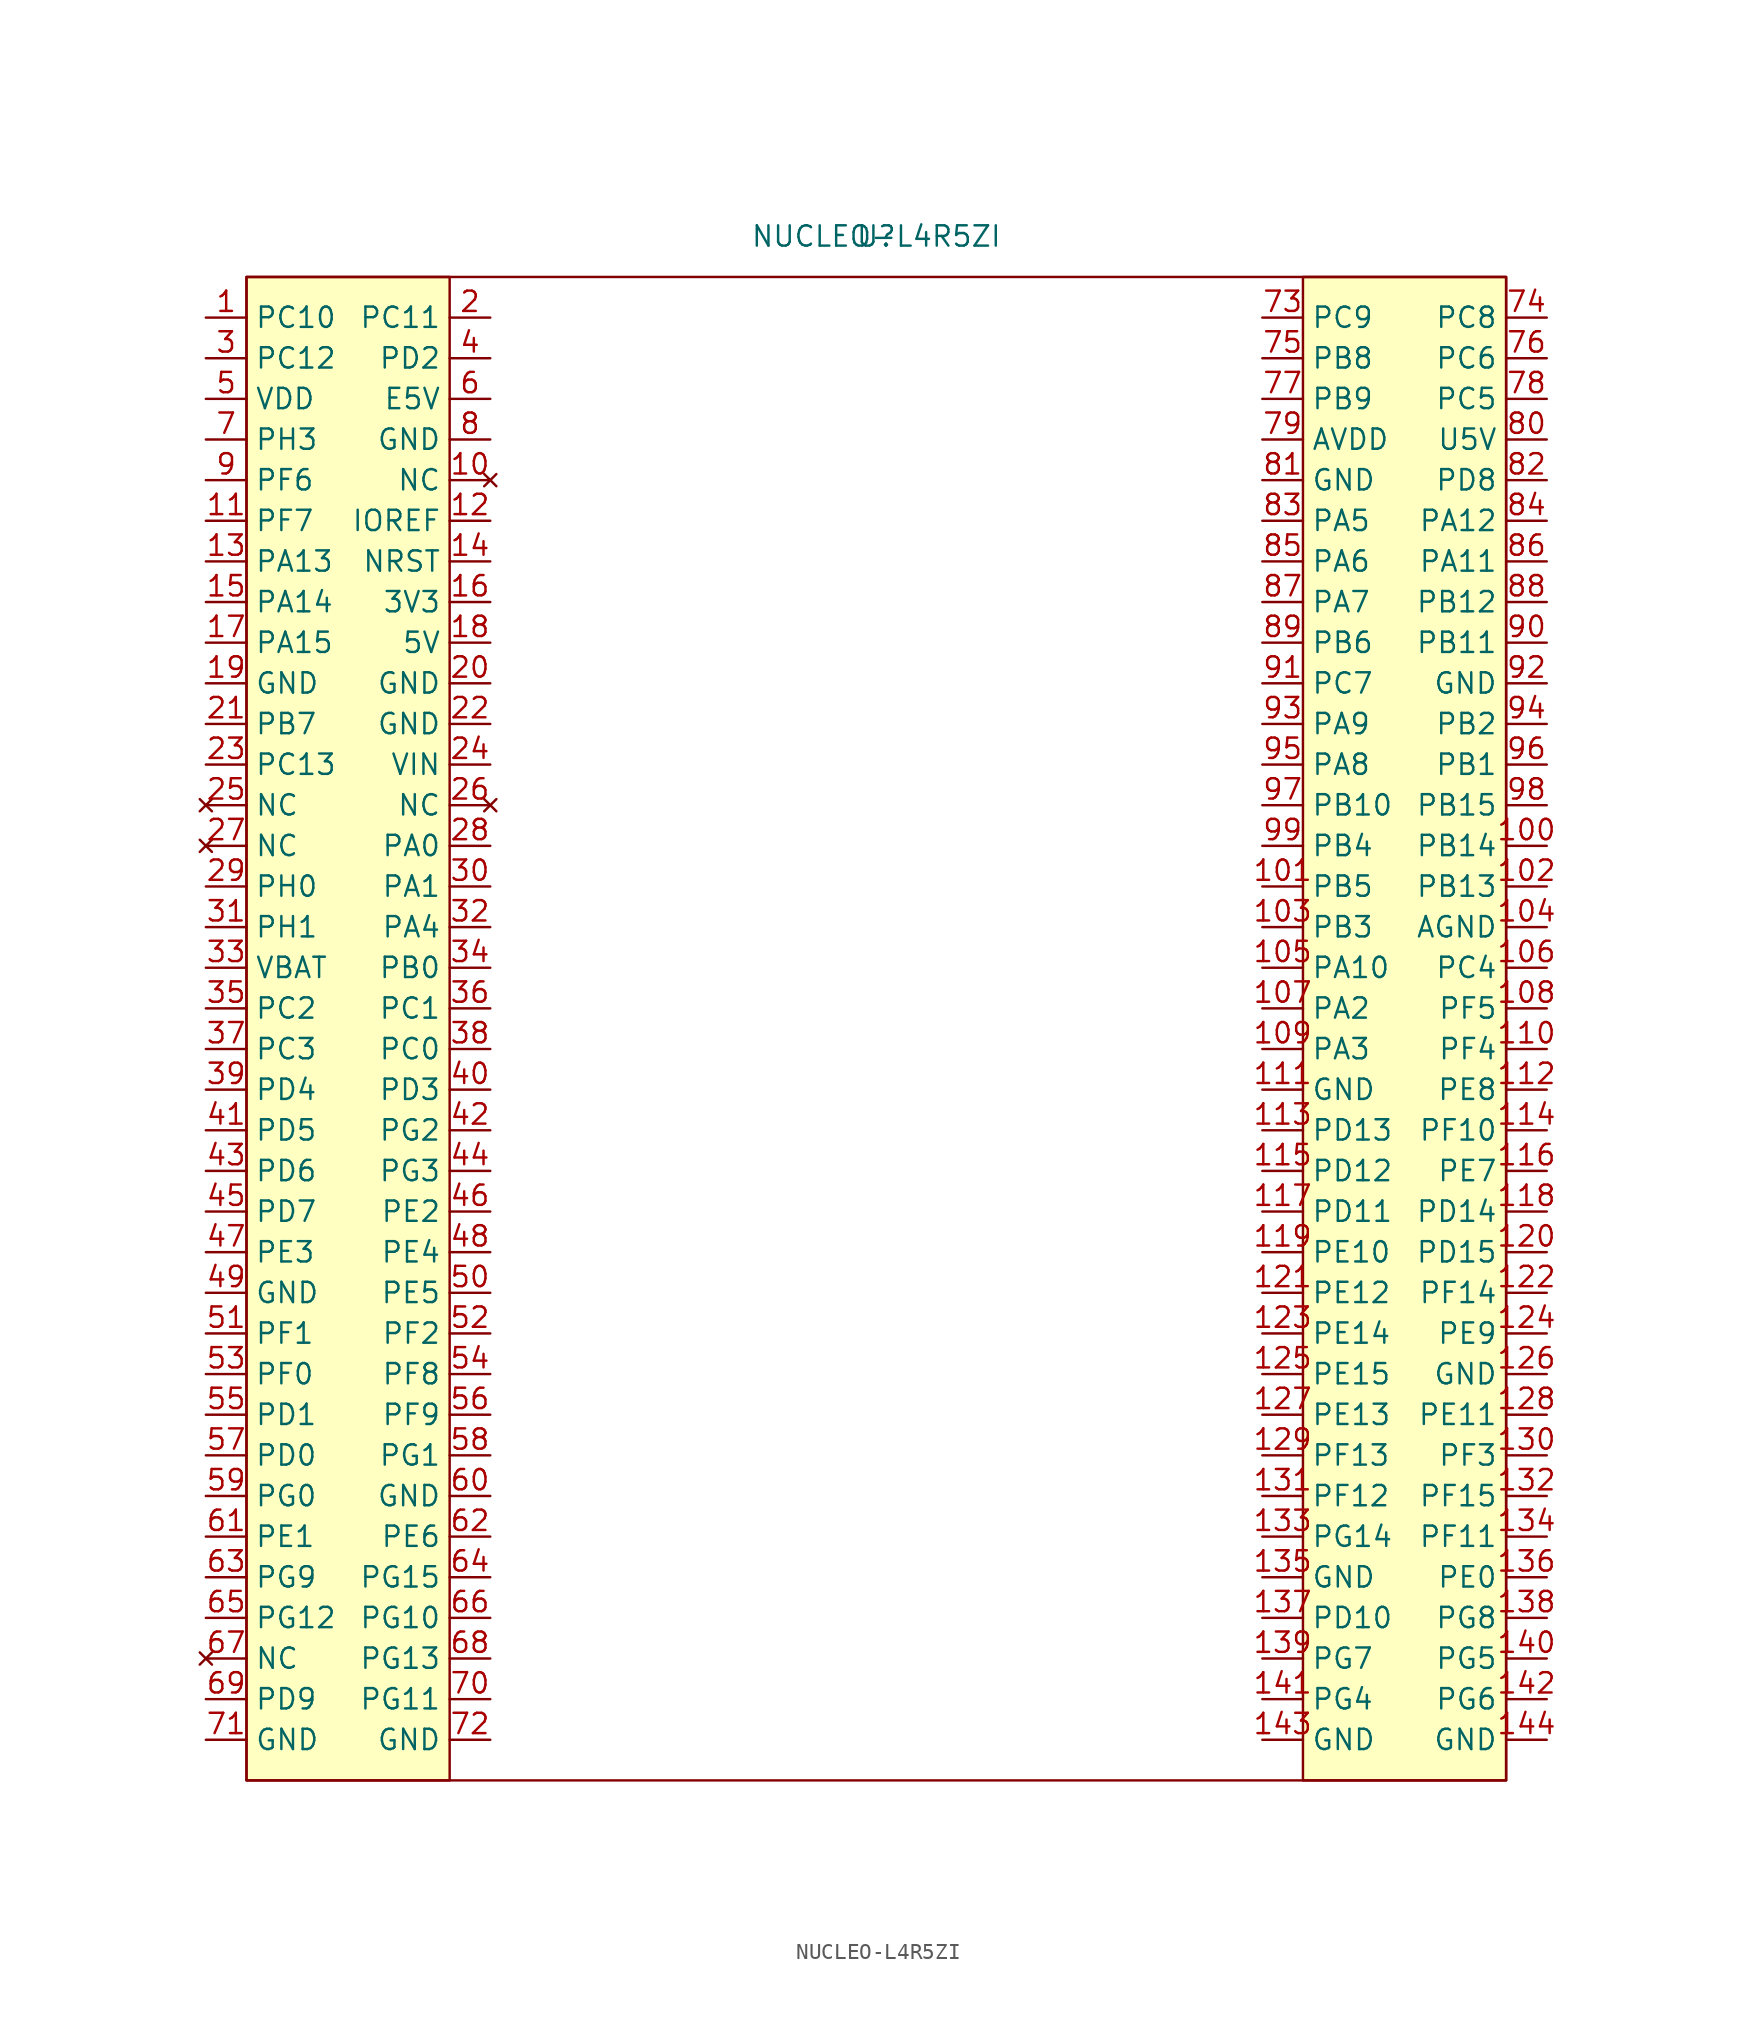
<source format=kicad_sym>
(kicad_symbol_lib
  (version 20220914)
  (generator kicad_symbol_editor)
  (symbol "NUCLEO-L4R5ZI"
    (property "Reference" "U"
      (at 0 0 0)
      (effects (font (size 1.27 1.27))))
    (property "Value" "NUCLEO-L4R5ZI"
      (at 0 0 0)
      (effects (font (size 1.27 1.27))))
    (symbol "NUCLEO-L4R5ZI_1_0"
      (pin bidirectional line (at -41.91 -5.08 0) (length 2.54) (name "PC10" (effects (font (size 1.27 1.27)))) (number "1" (effects (font (size 1.27 1.27)))))
      (pin no_connect line (at -24.13 -15.24 180) (length 2.54) (name "NC" (effects (font (size 1.27 1.27)))) (number "10" (effects (font (size 1.27 1.27)))))
      (pin bidirectional line (at 41.91 -38.1 180) (length 2.54) (name "PB14" (effects (font (size 1.27 1.27)))) (number "100" (effects (font (size 1.27 1.27)))))
      (pin bidirectional line (at 24.13 -40.64 0) (length 2.54) (name "PB5" (effects (font (size 1.27 1.27)))) (number "101" (effects (font (size 1.27 1.27)))))
      (pin bidirectional line (at 41.91 -40.64 180) (length 2.54) (name "PB13" (effects (font (size 1.27 1.27)))) (number "102" (effects (font (size 1.27 1.27)))))
      (pin bidirectional line (at 24.13 -43.18 0) (length 2.54) (name "PB3" (effects (font (size 1.27 1.27)))) (number "103" (effects (font (size 1.27 1.27)))))
      (pin power_in line (at 41.91 -43.18 180) (length 2.54) (name "AGND" (effects (font (size 1.27 1.27)))) (number "104" (effects (font (size 1.27 1.27)))))
      (pin bidirectional line (at 24.13 -45.72 0) (length 2.54) (name "PA10" (effects (font (size 1.27 1.27)))) (number "105" (effects (font (size 1.27 1.27)))))
      (pin bidirectional line (at 41.91 -45.72 180) (length 2.54) (name "PC4" (effects (font (size 1.27 1.27)))) (number "106" (effects (font (size 1.27 1.27)))))
      (pin bidirectional line (at 24.13 -48.26 0) (length 2.54) (name "PA2" (effects (font (size 1.27 1.27)))) (number "107" (effects (font (size 1.27 1.27)))))
      (pin bidirectional line (at 41.91 -48.26 180) (length 2.54) (name "PF5" (effects (font (size 1.27 1.27)))) (number "108" (effects (font (size 1.27 1.27)))))
      (pin bidirectional line (at 24.13 -50.8 0) (length 2.54) (name "PA3" (effects (font (size 1.27 1.27)))) (number "109" (effects (font (size 1.27 1.27)))))
      (pin bidirectional line (at -41.91 -17.78 0) (length 2.54) (name "PF7" (effects (font (size 1.27 1.27)))) (number "11" (effects (font (size 1.27 1.27)))))
      (pin bidirectional line (at 41.91 -50.8 180) (length 2.54) (name "PF4" (effects (font (size 1.27 1.27)))) (number "110" (effects (font (size 1.27 1.27)))))
      (pin power_in line (at 24.13 -53.34 0) (length 2.54) (name "GND" (effects (font (size 1.27 1.27)))) (number "111" (effects (font (size 1.27 1.27)))))
      (pin bidirectional line (at 41.91 -53.34 180) (length 2.54) (name "PE8" (effects (font (size 1.27 1.27)))) (number "112" (effects (font (size 1.27 1.27)))))
      (pin bidirectional line (at 24.13 -55.88 0) (length 2.54) (name "PD13" (effects (font (size 1.27 1.27)))) (number "113" (effects (font (size 1.27 1.27)))))
      (pin bidirectional line (at 41.91 -55.88 180) (length 2.54) (name "PF10" (effects (font (size 1.27 1.27)))) (number "114" (effects (font (size 1.27 1.27)))))
      (pin bidirectional line (at 24.13 -58.42 0) (length 2.54) (name "PD12" (effects (font (size 1.27 1.27)))) (number "115" (effects (font (size 1.27 1.27)))))
      (pin bidirectional line (at 41.91 -58.42 180) (length 2.54) (name "PE7" (effects (font (size 1.27 1.27)))) (number "116" (effects (font (size 1.27 1.27)))))
      (pin bidirectional line (at 24.13 -60.96 0) (length 2.54) (name "PD11" (effects (font (size 1.27 1.27)))) (number "117" (effects (font (size 1.27 1.27)))))
      (pin bidirectional line (at 41.91 -60.96 180) (length 2.54) (name "PD14" (effects (font (size 1.27 1.27)))) (number "118" (effects (font (size 1.27 1.27)))))
      (pin bidirectional line (at 24.13 -63.5 0) (length 2.54) (name "PE10" (effects (font (size 1.27 1.27)))) (number "119" (effects (font (size 1.27 1.27)))))
      (pin output line (at -24.13 -17.78 180) (length 2.54) (name "IOREF" (effects (font (size 1.27 1.27)))) (number "12" (effects (font (size 1.27 1.27)))))
      (pin bidirectional line (at 41.91 -63.5 180) (length 2.54) (name "PD15" (effects (font (size 1.27 1.27)))) (number "120" (effects (font (size 1.27 1.27)))))
      (pin bidirectional line (at 24.13 -66.04 0) (length 2.54) (name "PE12" (effects (font (size 1.27 1.27)))) (number "121" (effects (font (size 1.27 1.27)))))
      (pin bidirectional line (at 41.91 -66.04 180) (length 2.54) (name "PF14" (effects (font (size 1.27 1.27)))) (number "122" (effects (font (size 1.27 1.27)))))
      (pin bidirectional line (at 24.13 -68.58 0) (length 2.54) (name "PE14" (effects (font (size 1.27 1.27)))) (number "123" (effects (font (size 1.27 1.27)))))
      (pin bidirectional line (at 41.91 -68.58 180) (length 2.54) (name "PE9" (effects (font (size 1.27 1.27)))) (number "124" (effects (font (size 1.27 1.27)))))
      (pin bidirectional line (at 24.13 -71.12 0) (length 2.54) (name "PE15" (effects (font (size 1.27 1.27)))) (number "125" (effects (font (size 1.27 1.27)))))
      (pin power_in line (at 41.91 -71.12 180) (length 2.54) (name "GND" (effects (font (size 1.27 1.27)))) (number "126" (effects (font (size 1.27 1.27)))))
      (pin bidirectional line (at 24.13 -73.66 0) (length 2.54) (name "PE13" (effects (font (size 1.27 1.27)))) (number "127" (effects (font (size 1.27 1.27)))))
      (pin bidirectional line (at 41.91 -73.66 180) (length 2.54) (name "PE11" (effects (font (size 1.27 1.27)))) (number "128" (effects (font (size 1.27 1.27)))))
      (pin bidirectional line (at 24.13 -76.2 0) (length 2.54) (name "PF13" (effects (font (size 1.27 1.27)))) (number "129" (effects (font (size 1.27 1.27)))))
      (pin bidirectional line (at -41.91 -20.32 0) (length 2.54) (name "PA13" (effects (font (size 1.27 1.27)))) (number "13" (effects (font (size 1.27 1.27)))))
      (pin bidirectional line (at 41.91 -76.2 180) (length 2.54) (name "PF3" (effects (font (size 1.27 1.27)))) (number "130" (effects (font (size 1.27 1.27)))))
      (pin bidirectional line (at 24.13 -78.74 0) (length 2.54) (name "PF12" (effects (font (size 1.27 1.27)))) (number "131" (effects (font (size 1.27 1.27)))))
      (pin bidirectional line (at 41.91 -78.74 180) (length 2.54) (name "PF15" (effects (font (size 1.27 1.27)))) (number "132" (effects (font (size 1.27 1.27)))))
      (pin bidirectional line (at 24.13 -81.28 0) (length 2.54) (name "PG14" (effects (font (size 1.27 1.27)))) (number "133" (effects (font (size 1.27 1.27)))))
      (pin bidirectional line (at 41.91 -81.28 180) (length 2.54) (name "PF11" (effects (font (size 1.27 1.27)))) (number "134" (effects (font (size 1.27 1.27)))))
      (pin power_in line (at 24.13 -83.82 0) (length 2.54) (name "GND" (effects (font (size 1.27 1.27)))) (number "135" (effects (font (size 1.27 1.27)))))
      (pin bidirectional line (at 41.91 -83.82 180) (length 2.54) (name "PE0" (effects (font (size 1.27 1.27)))) (number "136" (effects (font (size 1.27 1.27)))))
      (pin bidirectional line (at 24.13 -86.36 0) (length 2.54) (name "PD10" (effects (font (size 1.27 1.27)))) (number "137" (effects (font (size 1.27 1.27)))))
      (pin bidirectional line (at 41.91 -86.36 180) (length 2.54) (name "PG8" (effects (font (size 1.27 1.27)))) (number "138" (effects (font (size 1.27 1.27)))))
      (pin bidirectional line (at 24.13 -88.9 0) (length 2.54) (name "PG7" (effects (font (size 1.27 1.27)))) (number "139" (effects (font (size 1.27 1.27)))))
      (pin input line (at -24.13 -20.32 180) (length 2.54) (name "NRST" (effects (font (size 1.27 1.27)))) (number "14" (effects (font (size 1.27 1.27)))))
      (pin bidirectional line (at 41.91 -88.9 180) (length 2.54) (name "PG5" (effects (font (size 1.27 1.27)))) (number "140" (effects (font (size 1.27 1.27)))))
      (pin bidirectional line (at 24.13 -91.44 0) (length 2.54) (name "PG4" (effects (font (size 1.27 1.27)))) (number "141" (effects (font (size 1.27 1.27)))))
      (pin bidirectional line (at 41.91 -91.44 180) (length 2.54) (name "PG6" (effects (font (size 1.27 1.27)))) (number "142" (effects (font (size 1.27 1.27)))))
      (pin power_in line (at 24.13 -93.98 0) (length 2.54) (name "GND" (effects (font (size 1.27 1.27)))) (number "143" (effects (font (size 1.27 1.27)))))
      (pin power_in line (at 41.91 -93.98 180) (length 2.54) (name "GND" (effects (font (size 1.27 1.27)))) (number "144" (effects (font (size 1.27 1.27)))))
      (pin bidirectional line (at -41.91 -22.86 0) (length 2.54) (name "PA14" (effects (font (size 1.27 1.27)))) (number "15" (effects (font (size 1.27 1.27)))))
      (pin power_in line (at -24.13 -22.86 180) (length 2.54) (name "3V3" (effects (font (size 1.27 1.27)))) (number "16" (effects (font (size 1.27 1.27)))))
      (pin bidirectional line (at -41.91 -25.4 0) (length 2.54) (name "PA15" (effects (font (size 1.27 1.27)))) (number "17" (effects (font (size 1.27 1.27)))))
      (pin power_in line (at -24.13 -25.4 180) (length 2.54) (name "5V" (effects (font (size 1.27 1.27)))) (number "18" (effects (font (size 1.27 1.27)))))
      (pin power_in line (at -41.91 -27.94 0) (length 2.54) (name "GND" (effects (font (size 1.27 1.27)))) (number "19" (effects (font (size 1.27 1.27)))))
      (pin bidirectional line (at -24.13 -5.08 180) (length 2.54) (name "PC11" (effects (font (size 1.27 1.27)))) (number "2" (effects (font (size 1.27 1.27)))))
      (pin power_in line (at -24.13 -27.94 180) (length 2.54) (name "GND" (effects (font (size 1.27 1.27)))) (number "20" (effects (font (size 1.27 1.27)))))
      (pin bidirectional line (at -41.91 -30.48 0) (length 2.54) (name "PB7" (effects (font (size 1.27 1.27)))) (number "21" (effects (font (size 1.27 1.27)))))
      (pin power_in line (at -24.13 -30.48 180) (length 2.54) (name "GND" (effects (font (size 1.27 1.27)))) (number "22" (effects (font (size 1.27 1.27)))))
      (pin bidirectional line (at -41.91 -33.02 0) (length 2.54) (name "PC13" (effects (font (size 1.27 1.27)))) (number "23" (effects (font (size 1.27 1.27)))))
      (pin power_in line (at -24.13 -33.02 180) (length 2.54) (name "VIN" (effects (font (size 1.27 1.27)))) (number "24" (effects (font (size 1.27 1.27)))))
      (pin no_connect line (at -41.91 -35.56 0) (length 2.54) (name "NC" (effects (font (size 1.27 1.27)))) (number "25" (effects (font (size 1.27 1.27)))))
      (pin no_connect line (at -24.13 -35.56 180) (length 2.54) (name "NC" (effects (font (size 1.27 1.27)))) (number "26" (effects (font (size 1.27 1.27)))))
      (pin no_connect line (at -41.91 -38.1 0) (length 2.54) (name "NC" (effects (font (size 1.27 1.27)))) (number "27" (effects (font (size 1.27 1.27)))))
      (pin bidirectional line (at -24.13 -38.1 180) (length 2.54) (name "PA0" (effects (font (size 1.27 1.27)))) (number "28" (effects (font (size 1.27 1.27)))))
      (pin bidirectional line (at -41.91 -40.64 0) (length 2.54) (name "PH0" (effects (font (size 1.27 1.27)))) (number "29" (effects (font (size 1.27 1.27)))))
      (pin bidirectional line (at -41.91 -7.62 0) (length 2.54) (name "PC12" (effects (font (size 1.27 1.27)))) (number "3" (effects (font (size 1.27 1.27)))))
      (pin bidirectional line (at -24.13 -40.64 180) (length 2.54) (name "PA1" (effects (font (size 1.27 1.27)))) (number "30" (effects (font (size 1.27 1.27)))))
      (pin bidirectional line (at -41.91 -43.18 0) (length 2.54) (name "PH1" (effects (font (size 1.27 1.27)))) (number "31" (effects (font (size 1.27 1.27)))))
      (pin bidirectional line (at -24.13 -43.18 180) (length 2.54) (name "PA4" (effects (font (size 1.27 1.27)))) (number "32" (effects (font (size 1.27 1.27)))))
      (pin power_in line (at -41.91 -45.72 0) (length 2.54) (name "VBAT" (effects (font (size 1.27 1.27)))) (number "33" (effects (font (size 1.27 1.27)))))
      (pin bidirectional line (at -24.13 -45.72 180) (length 2.54) (name "PB0" (effects (font (size 1.27 1.27)))) (number "34" (effects (font (size 1.27 1.27)))))
      (pin bidirectional line (at -41.91 -48.26 0) (length 2.54) (name "PC2" (effects (font (size 1.27 1.27)))) (number "35" (effects (font (size 1.27 1.27)))))
      (pin bidirectional line (at -24.13 -48.26 180) (length 2.54) (name "PC1" (effects (font (size 1.27 1.27)))) (number "36" (effects (font (size 1.27 1.27)))))
      (pin bidirectional line (at -41.91 -50.8 0) (length 2.54) (name "PC3" (effects (font (size 1.27 1.27)))) (number "37" (effects (font (size 1.27 1.27)))))
      (pin bidirectional line (at -24.13 -50.8 180) (length 2.54) (name "PC0" (effects (font (size 1.27 1.27)))) (number "38" (effects (font (size 1.27 1.27)))))
      (pin bidirectional line (at -41.91 -53.34 0) (length 2.54) (name "PD4" (effects (font (size 1.27 1.27)))) (number "39" (effects (font (size 1.27 1.27)))))
      (pin bidirectional line (at -24.13 -7.62 180) (length 2.54) (name "PD2" (effects (font (size 1.27 1.27)))) (number "4" (effects (font (size 1.27 1.27)))))
      (pin bidirectional line (at -24.13 -53.34 180) (length 2.54) (name "PD3" (effects (font (size 1.27 1.27)))) (number "40" (effects (font (size 1.27 1.27)))))
      (pin bidirectional line (at -41.91 -55.88 0) (length 2.54) (name "PD5" (effects (font (size 1.27 1.27)))) (number "41" (effects (font (size 1.27 1.27)))))
      (pin bidirectional line (at -24.13 -55.88 180) (length 2.54) (name "PG2" (effects (font (size 1.27 1.27)))) (number "42" (effects (font (size 1.27 1.27)))))
      (pin bidirectional line (at -41.91 -58.42 0) (length 2.54) (name "PD6" (effects (font (size 1.27 1.27)))) (number "43" (effects (font (size 1.27 1.27)))))
      (pin bidirectional line (at -24.13 -58.42 180) (length 2.54) (name "PG3" (effects (font (size 1.27 1.27)))) (number "44" (effects (font (size 1.27 1.27)))))
      (pin bidirectional line (at -41.91 -60.96 0) (length 2.54) (name "PD7" (effects (font (size 1.27 1.27)))) (number "45" (effects (font (size 1.27 1.27)))))
      (pin bidirectional line (at -24.13 -60.96 180) (length 2.54) (name "PE2" (effects (font (size 1.27 1.27)))) (number "46" (effects (font (size 1.27 1.27)))))
      (pin bidirectional line (at -41.91 -63.5 0) (length 2.54) (name "PE3" (effects (font (size 1.27 1.27)))) (number "47" (effects (font (size 1.27 1.27)))))
      (pin bidirectional line (at -24.13 -63.5 180) (length 2.54) (name "PE4" (effects (font (size 1.27 1.27)))) (number "48" (effects (font (size 1.27 1.27)))))
      (pin power_in line (at -41.91 -66.04 0) (length 2.54) (name "GND" (effects (font (size 1.27 1.27)))) (number "49" (effects (font (size 1.27 1.27)))))
      (pin power_in line (at -41.91 -10.16 0) (length 2.54) (name "VDD" (effects (font (size 1.27 1.27)))) (number "5" (effects (font (size 1.27 1.27)))))
      (pin bidirectional line (at -24.13 -66.04 180) (length 2.54) (name "PE5" (effects (font (size 1.27 1.27)))) (number "50" (effects (font (size 1.27 1.27)))))
      (pin bidirectional line (at -41.91 -68.58 0) (length 2.54) (name "PF1" (effects (font (size 1.27 1.27)))) (number "51" (effects (font (size 1.27 1.27)))))
      (pin bidirectional line (at -24.13 -68.58 180) (length 2.54) (name "PF2" (effects (font (size 1.27 1.27)))) (number "52" (effects (font (size 1.27 1.27)))))
      (pin bidirectional line (at -41.91 -71.12 0) (length 2.54) (name "PF0" (effects (font (size 1.27 1.27)))) (number "53" (effects (font (size 1.27 1.27)))))
      (pin bidirectional line (at -24.13 -71.12 180) (length 2.54) (name "PF8" (effects (font (size 1.27 1.27)))) (number "54" (effects (font (size 1.27 1.27)))))
      (pin bidirectional line (at -41.91 -73.66 0) (length 2.54) (name "PD1" (effects (font (size 1.27 1.27)))) (number "55" (effects (font (size 1.27 1.27)))))
      (pin bidirectional line (at -24.13 -73.66 180) (length 2.54) (name "PF9" (effects (font (size 1.27 1.27)))) (number "56" (effects (font (size 1.27 1.27)))))
      (pin bidirectional line (at -41.91 -76.2 0) (length 2.54) (name "PD0" (effects (font (size 1.27 1.27)))) (number "57" (effects (font (size 1.27 1.27)))))
      (pin bidirectional line (at -24.13 -76.2 180) (length 2.54) (name "PG1" (effects (font (size 1.27 1.27)))) (number "58" (effects (font (size 1.27 1.27)))))
      (pin bidirectional line (at -41.91 -78.74 0) (length 2.54) (name "PG0" (effects (font (size 1.27 1.27)))) (number "59" (effects (font (size 1.27 1.27)))))
      (pin power_in line (at -24.13 -10.16 180) (length 2.54) (name "E5V" (effects (font (size 1.27 1.27)))) (number "6" (effects (font (size 1.27 1.27)))))
      (pin power_in line (at -24.13 -78.74 180) (length 2.54) (name "GND" (effects (font (size 1.27 1.27)))) (number "60" (effects (font (size 1.27 1.27)))))
      (pin bidirectional line (at -41.91 -81.28 0) (length 2.54) (name "PE1" (effects (font (size 1.27 1.27)))) (number "61" (effects (font (size 1.27 1.27)))))
      (pin bidirectional line (at -24.13 -81.28 180) (length 2.54) (name "PE6" (effects (font (size 1.27 1.27)))) (number "62" (effects (font (size 1.27 1.27)))))
      (pin bidirectional line (at -41.91 -83.82 0) (length 2.54) (name "PG9" (effects (font (size 1.27 1.27)))) (number "63" (effects (font (size 1.27 1.27)))))
      (pin bidirectional line (at -24.13 -83.82 180) (length 2.54) (name "PG15" (effects (font (size 1.27 1.27)))) (number "64" (effects (font (size 1.27 1.27)))))
      (pin bidirectional line (at -41.91 -86.36 0) (length 2.54) (name "PG12" (effects (font (size 1.27 1.27)))) (number "65" (effects (font (size 1.27 1.27)))))
      (pin bidirectional line (at -24.13 -86.36 180) (length 2.54) (name "PG10" (effects (font (size 1.27 1.27)))) (number "66" (effects (font (size 1.27 1.27)))))
      (pin no_connect line (at -41.91 -88.9 0) (length 2.54) (name "NC" (effects (font (size 1.27 1.27)))) (number "67" (effects (font (size 1.27 1.27)))))
      (pin bidirectional line (at -24.13 -88.9 180) (length 2.54) (name "PG13" (effects (font (size 1.27 1.27)))) (number "68" (effects (font (size 1.27 1.27)))))
      (pin bidirectional line (at -41.91 -91.44 0) (length 2.54) (name "PD9" (effects (font (size 1.27 1.27)))) (number "69" (effects (font (size 1.27 1.27)))))
      (pin bidirectional line (at -41.91 -12.7 0) (length 2.54) (name "PH3" (effects (font (size 1.27 1.27)))) (number "7" (effects (font (size 1.27 1.27)))))
      (pin bidirectional line (at -24.13 -91.44 180) (length 2.54) (name "PG11" (effects (font (size 1.27 1.27)))) (number "70" (effects (font (size 1.27 1.27)))))
      (pin power_in line (at -41.91 -93.98 0) (length 2.54) (name "GND" (effects (font (size 1.27 1.27)))) (number "71" (effects (font (size 1.27 1.27)))))
      (pin power_in line (at -24.13 -93.98 180) (length 2.54) (name "GND" (effects (font (size 1.27 1.27)))) (number "72" (effects (font (size 1.27 1.27)))))
      (pin bidirectional line (at 24.13 -5.08 0) (length 2.54) (name "PC9" (effects (font (size 1.27 1.27)))) (number "73" (effects (font (size 1.27 1.27)))))
      (pin bidirectional line (at 41.91 -5.08 180) (length 2.54) (name "PC8" (effects (font (size 1.27 1.27)))) (number "74" (effects (font (size 1.27 1.27)))))
      (pin bidirectional line (at 24.13 -7.62 0) (length 2.54) (name "PB8" (effects (font (size 1.27 1.27)))) (number "75" (effects (font (size 1.27 1.27)))))
      (pin bidirectional line (at 41.91 -7.62 180) (length 2.54) (name "PC6" (effects (font (size 1.27 1.27)))) (number "76" (effects (font (size 1.27 1.27)))))
      (pin bidirectional line (at 24.13 -10.16 0) (length 2.54) (name "PB9" (effects (font (size 1.27 1.27)))) (number "77" (effects (font (size 1.27 1.27)))))
      (pin bidirectional line (at 41.91 -10.16 180) (length 2.54) (name "PC5" (effects (font (size 1.27 1.27)))) (number "78" (effects (font (size 1.27 1.27)))))
      (pin power_in line (at 24.13 -12.7 0) (length 2.54) (name "AVDD" (effects (font (size 1.27 1.27)))) (number "79" (effects (font (size 1.27 1.27)))))
      (pin power_in line (at -24.13 -12.7 180) (length 2.54) (name "GND" (effects (font (size 1.27 1.27)))) (number "8" (effects (font (size 1.27 1.27)))))
      (pin power_in line (at 41.91 -12.7 180) (length 2.54) (name "U5V" (effects (font (size 1.27 1.27)))) (number "80" (effects (font (size 1.27 1.27)))))
      (pin power_in line (at 24.13 -15.24 0) (length 2.54) (name "GND" (effects (font (size 1.27 1.27)))) (number "81" (effects (font (size 1.27 1.27)))))
      (pin bidirectional line (at 41.91 -15.24 180) (length 2.54) (name "PD8" (effects (font (size 1.27 1.27)))) (number "82" (effects (font (size 1.27 1.27)))))
      (pin bidirectional line (at 24.13 -17.78 0) (length 2.54) (name "PA5" (effects (font (size 1.27 1.27)))) (number "83" (effects (font (size 1.27 1.27)))))
      (pin bidirectional line (at 41.91 -17.78 180) (length 2.54) (name "PA12" (effects (font (size 1.27 1.27)))) (number "84" (effects (font (size 1.27 1.27)))))
      (pin bidirectional line (at 24.13 -20.32 0) (length 2.54) (name "PA6" (effects (font (size 1.27 1.27)))) (number "85" (effects (font (size 1.27 1.27)))))
      (pin bidirectional line (at 41.91 -20.32 180) (length 2.54) (name "PA11" (effects (font (size 1.27 1.27)))) (number "86" (effects (font (size 1.27 1.27)))))
      (pin bidirectional line (at 24.13 -22.86 0) (length 2.54) (name "PA7" (effects (font (size 1.27 1.27)))) (number "87" (effects (font (size 1.27 1.27)))))
      (pin bidirectional line (at 41.91 -22.86 180) (length 2.54) (name "PB12" (effects (font (size 1.27 1.27)))) (number "88" (effects (font (size 1.27 1.27)))))
      (pin bidirectional line (at 24.13 -25.4 0) (length 2.54) (name "PB6" (effects (font (size 1.27 1.27)))) (number "89" (effects (font (size 1.27 1.27)))))
      (pin bidirectional line (at -41.91 -15.24 0) (length 2.54) (name "PF6" (effects (font (size 1.27 1.27)))) (number "9" (effects (font (size 1.27 1.27)))))
      (pin bidirectional line (at 41.91 -25.4 180) (length 2.54) (name "PB11" (effects (font (size 1.27 1.27)))) (number "90" (effects (font (size 1.27 1.27)))))
      (pin bidirectional line (at 24.13 -27.94 0) (length 2.54) (name "PC7" (effects (font (size 1.27 1.27)))) (number "91" (effects (font (size 1.27 1.27)))))
      (pin power_in line (at 41.91 -27.94 180) (length 2.54) (name "GND" (effects (font (size 1.27 1.27)))) (number "92" (effects (font (size 1.27 1.27)))))
      (pin bidirectional line (at 24.13 -30.48 0) (length 2.54) (name "PA9" (effects (font (size 1.27 1.27)))) (number "93" (effects (font (size 1.27 1.27)))))
      (pin bidirectional line (at 41.91 -30.48 180) (length 2.54) (name "PB2" (effects (font (size 1.27 1.27)))) (number "94" (effects (font (size 1.27 1.27)))))
      (pin bidirectional line (at 24.13 -33.02 0) (length 2.54) (name "PA8" (effects (font (size 1.27 1.27)))) (number "95" (effects (font (size 1.27 1.27)))))
      (pin bidirectional line (at 41.91 -33.02 180) (length 2.54) (name "PB1" (effects (font (size 1.27 1.27)))) (number "96" (effects (font (size 1.27 1.27)))))
      (pin bidirectional line (at 24.13 -35.56 0) (length 2.54) (name "PB10" (effects (font (size 1.27 1.27)))) (number "97" (effects (font (size 1.27 1.27)))))
      (pin bidirectional line (at 41.91 -35.56 180) (length 2.54) (name "PB15" (effects (font (size 1.27 1.27)))) (number "98" (effects (font (size 1.27 1.27)))))
      (pin bidirectional line (at 24.13 -38.1 0) (length 2.54) (name "PB4" (effects (font (size 1.27 1.27)))) (number "99" (effects (font (size 1.27 1.27))))))
    (symbol "NUCLEO-L4R5ZI_1_1"
      (rectangle (start -39.37 -2.54) (end -26.67 -96.52) (stroke (width 0) (type default)) (fill (type background)))
      (rectangle (start -39.37 -2.54) (end 39.37 -96.52) (stroke (width 0) (type default)) (fill (type none)))
      (rectangle (start 26.67 -2.54) (end 39.37 -96.52) (stroke (width 0) (type default)) (fill (type background))))))
</source>
